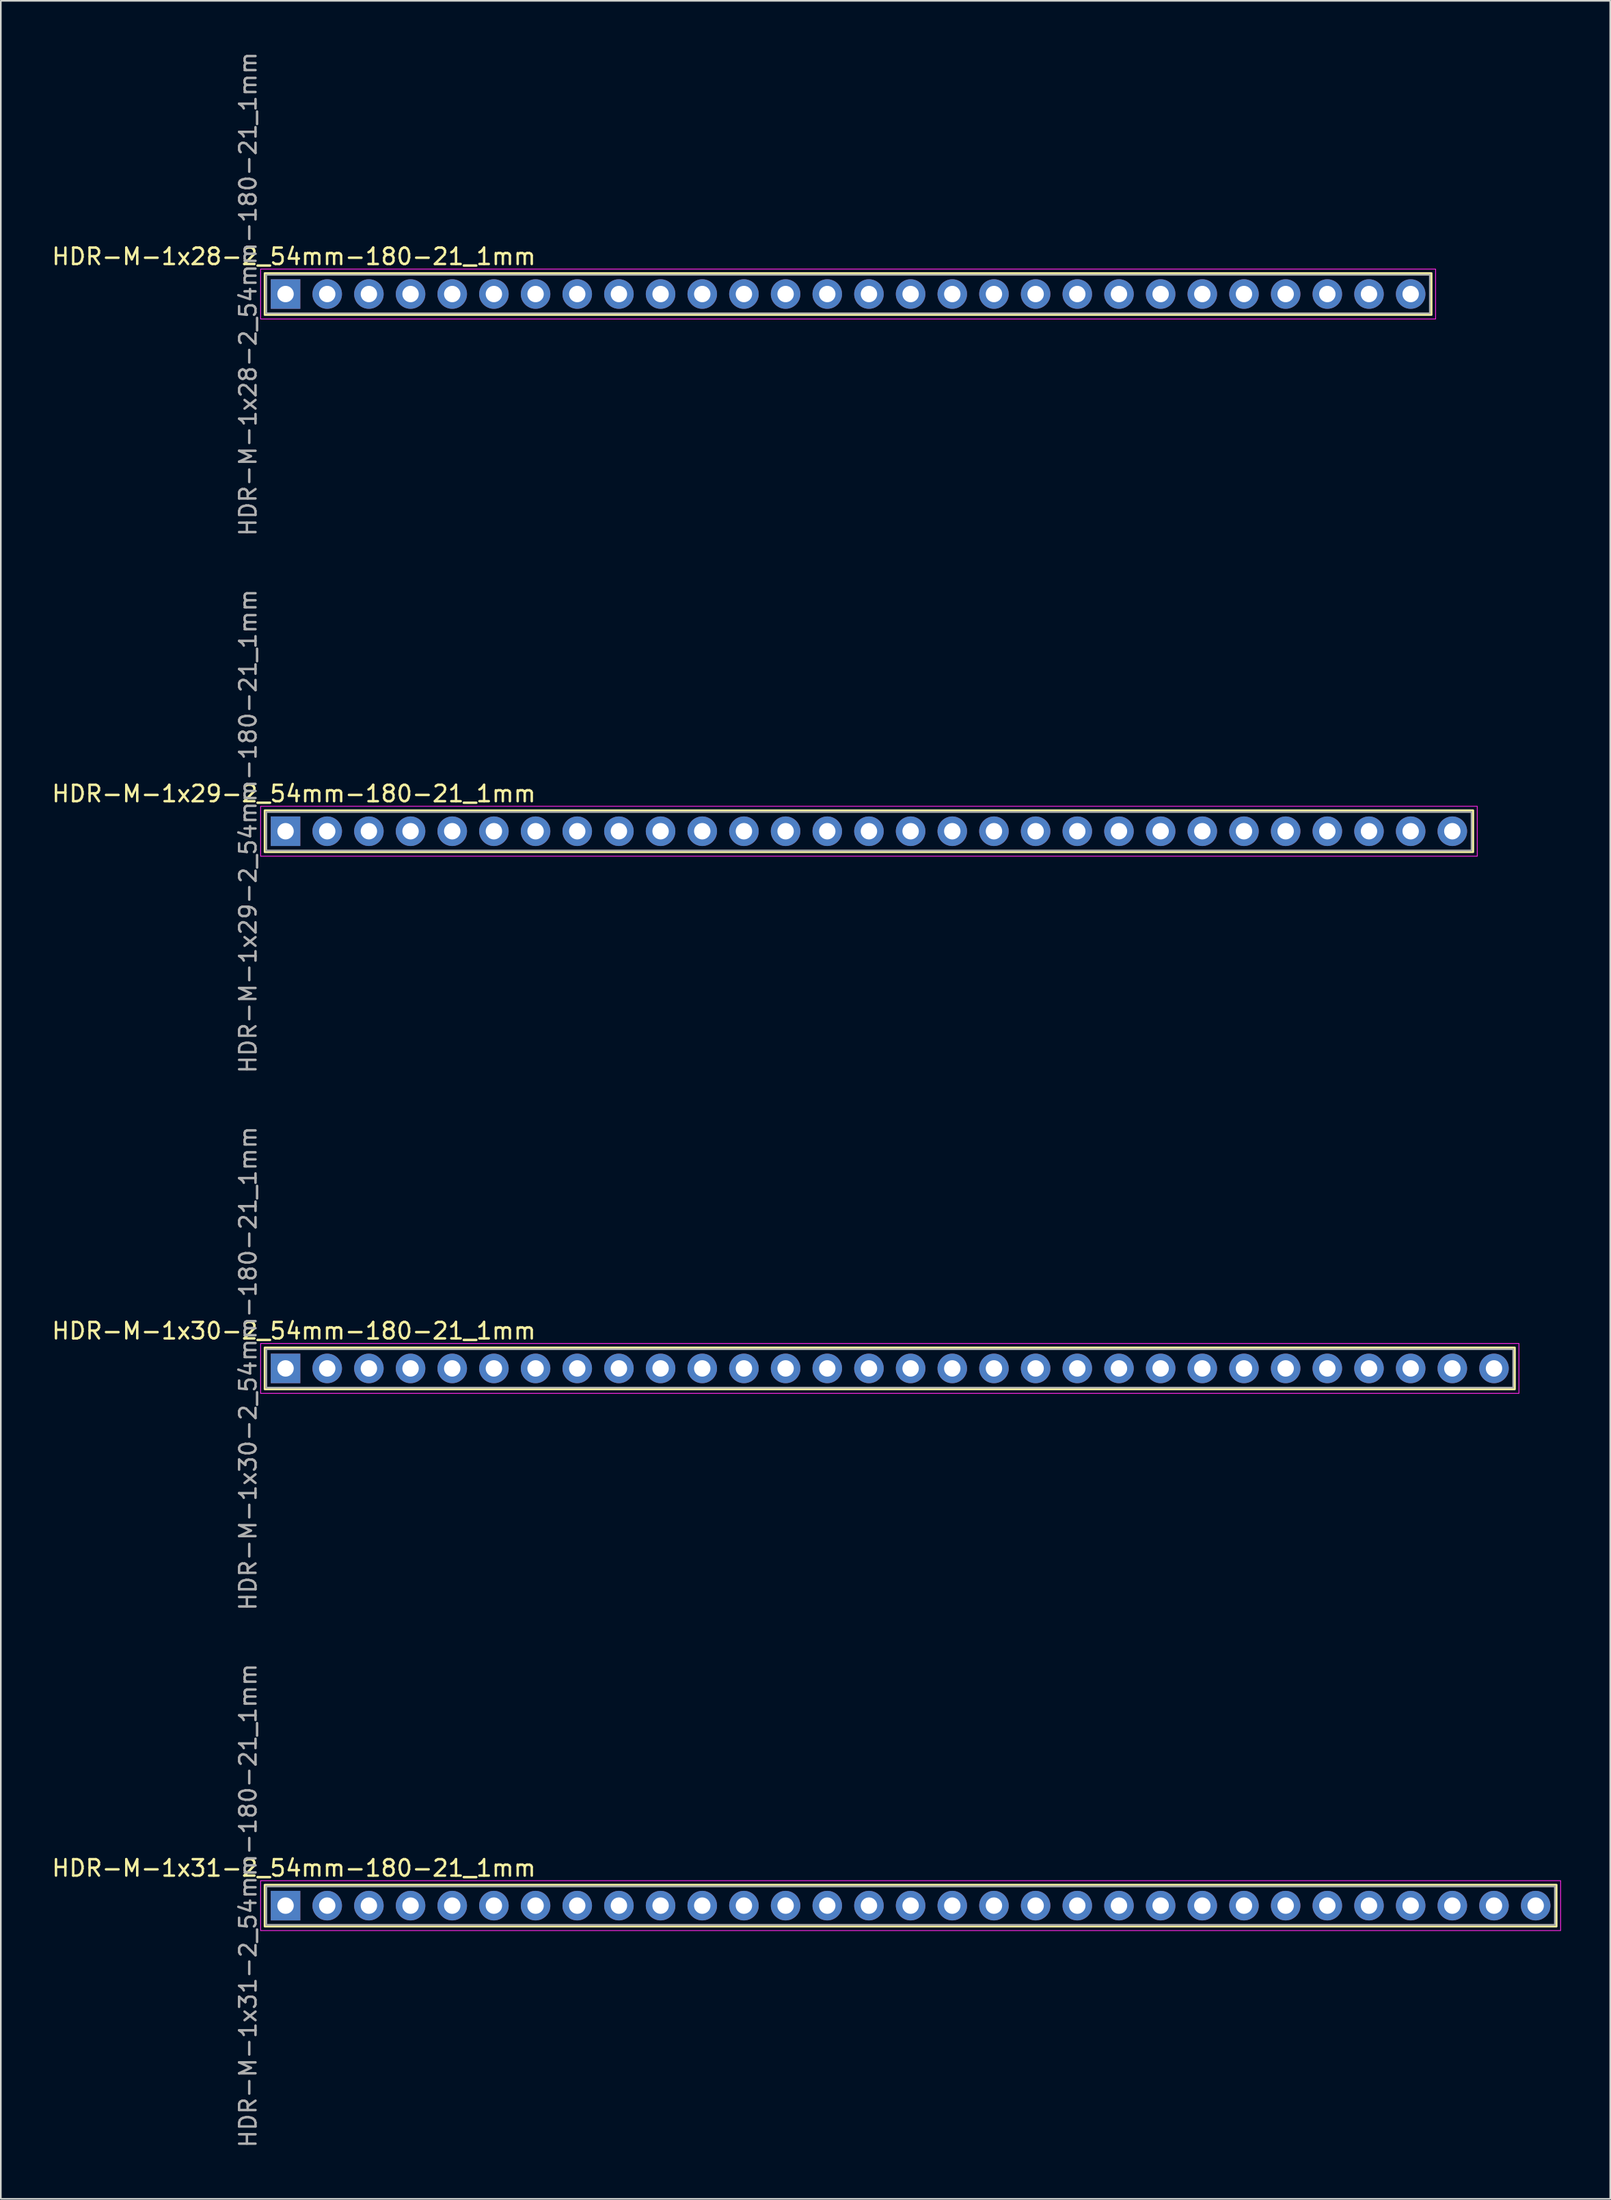
<source format=kicad_pcb>
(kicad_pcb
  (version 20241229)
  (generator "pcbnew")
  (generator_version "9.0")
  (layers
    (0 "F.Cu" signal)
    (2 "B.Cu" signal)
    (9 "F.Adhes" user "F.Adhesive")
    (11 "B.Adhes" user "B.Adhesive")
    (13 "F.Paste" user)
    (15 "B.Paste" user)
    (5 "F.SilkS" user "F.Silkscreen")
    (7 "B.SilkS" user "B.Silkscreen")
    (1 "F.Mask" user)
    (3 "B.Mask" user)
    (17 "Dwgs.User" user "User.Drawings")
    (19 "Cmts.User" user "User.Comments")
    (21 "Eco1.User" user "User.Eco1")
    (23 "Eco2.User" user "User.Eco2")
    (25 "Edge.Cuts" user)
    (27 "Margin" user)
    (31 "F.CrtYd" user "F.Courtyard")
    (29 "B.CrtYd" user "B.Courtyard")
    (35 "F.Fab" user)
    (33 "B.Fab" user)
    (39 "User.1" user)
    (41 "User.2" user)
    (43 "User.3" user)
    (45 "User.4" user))
  (footprint "HDR-M-1x29-2_54mm-180-21_1mm"
    (layer "F.Cu")
    (at 14.355 47.589)
    (property "Reference" "HDR-M-1x29-2_54mm-180-21_1mm" (at 0.508 -2.286 0) (unlocked yes) (layer "F.SilkS") (effects (font (size 1 1) (thickness 0.15))))
    (attr through_hole)
    (fp_rect (start -1.27 -1.27) (end 72.39 1.27) (stroke (width 0.12) (type solid)) (fill no) (layer "F.SilkS"))
    (fp_rect (start -1.52 -1.52) (end 72.64 1.52) (stroke (width 0.05) (type solid)) (fill no) (layer "F.CrtYd"))
    (fp_rect (start -1.17 -1.17) (end 72.29 1.17) (stroke (width 0.1) (type solid)) (fill no) (layer "F.Fab"))
    (fp_text user "${REFERENCE}" (at -2.286 0 90) (unlocked yes) (layer "F.Fab") (effects (font (size 1 1) (thickness 0.15))))
    (pad "1" thru_hole rect (at 0 0) (size 1.8 1.8) (drill 1) (layers "*.Cu" "*.Mask"))
    (pad "2" thru_hole circle (at 2.54 0) (size 1.8 1.8) (drill 1) (layers "*.Cu" "*.Mask"))
    (pad "3" thru_hole circle (at 5.08 0) (size 1.8 1.8) (drill 1) (layers "*.Cu" "*.Mask"))
    (pad "4" thru_hole circle (at 7.62 0) (size 1.8 1.8) (drill 1) (layers "*.Cu" "*.Mask"))
    (pad "5" thru_hole circle (at 10.16 0) (size 1.8 1.8) (drill 1) (layers "*.Cu" "*.Mask"))
    (pad "6" thru_hole circle (at 12.7 0) (size 1.8 1.8) (drill 1) (layers "*.Cu" "*.Mask"))
    (pad "7" thru_hole circle (at 15.24 0) (size 1.8 1.8) (drill 1) (layers "*.Cu" "*.Mask"))
    (pad "8" thru_hole circle (at 17.78 0) (size 1.8 1.8) (drill 1) (layers "*.Cu" "*.Mask"))
    (pad "9" thru_hole circle (at 20.32 0) (size 1.8 1.8) (drill 1) (layers "*.Cu" "*.Mask"))
    (pad "10" thru_hole circle (at 22.86 0) (size 1.8 1.8) (drill 1) (layers "*.Cu" "*.Mask"))
    (pad "11" thru_hole circle (at 25.4 0) (size 1.8 1.8) (drill 1) (layers "*.Cu" "*.Mask"))
    (pad "12" thru_hole circle (at 27.94 0) (size 1.8 1.8) (drill 1) (layers "*.Cu" "*.Mask"))
    (pad "13" thru_hole circle (at 30.48 0) (size 1.8 1.8) (drill 1) (layers "*.Cu" "*.Mask"))
    (pad "14" thru_hole circle (at 33.02 0) (size 1.8 1.8) (drill 1) (layers "*.Cu" "*.Mask"))
    (pad "15" thru_hole circle (at 35.56 0) (size 1.8 1.8) (drill 1) (layers "*.Cu" "*.Mask"))
    (pad "16" thru_hole circle (at 38.1 0) (size 1.8 1.8) (drill 1) (layers "*.Cu" "*.Mask"))
    (pad "17" thru_hole circle (at 40.64 0) (size 1.8 1.8) (drill 1) (layers "*.Cu" "*.Mask"))
    (pad "18" thru_hole circle (at 43.18 0) (size 1.8 1.8) (drill 1) (layers "*.Cu" "*.Mask"))
    (pad "19" thru_hole circle (at 45.72 0) (size 1.8 1.8) (drill 1) (layers "*.Cu" "*.Mask"))
    (pad "20" thru_hole circle (at 48.26 0) (size 1.8 1.8) (drill 1) (layers "*.Cu" "*.Mask"))
    (pad "21" thru_hole circle (at 50.8 0) (size 1.8 1.8) (drill 1) (layers "*.Cu" "*.Mask"))
    (pad "22" thru_hole circle (at 53.34 0) (size 1.8 1.8) (drill 1) (layers "*.Cu" "*.Mask"))
    (pad "23" thru_hole circle (at 55.88 0) (size 1.8 1.8) (drill 1) (layers "*.Cu" "*.Mask"))
    (pad "24" thru_hole circle (at 58.42 0) (size 1.8 1.8) (drill 1) (layers "*.Cu" "*.Mask"))
    (pad "25" thru_hole circle (at 60.96 0) (size 1.8 1.8) (drill 1) (layers "*.Cu" "*.Mask"))
    (pad "26" thru_hole circle (at 63.5 0) (size 1.8 1.8) (drill 1) (layers "*.Cu" "*.Mask"))
    (pad "27" thru_hole circle (at 66.04 0) (size 1.8 1.8) (drill 1) (layers "*.Cu" "*.Mask"))
    (pad "28" thru_hole circle (at 68.58 0) (size 1.8 1.8) (drill 1) (layers "*.Cu" "*.Mask"))
    (pad "29" thru_hole circle (at 71.12 0) (size 1.8 1.8) (drill 1) (layers "*.Cu" "*.Mask")))
  (footprint "HDR-M-1x31-2_54mm-180-21_1mm"
    (layer "F.Cu")
    (at 14.355 113.042)
    (property "Reference" "HDR-M-1x31-2_54mm-180-21_1mm" (at 0.508 -2.286 0) (unlocked yes) (layer "F.SilkS") (effects (font (size 1 1) (thickness 0.15))))
    (attr through_hole)
    (fp_rect (start -1.27 -1.27) (end 77.47 1.27) (stroke (width 0.12) (type solid)) (fill no) (layer "F.SilkS"))
    (fp_rect (start -1.52 -1.52) (end 77.72 1.52) (stroke (width 0.05) (type solid)) (fill no) (layer "F.CrtYd"))
    (fp_rect (start -1.17 -1.17) (end 77.37 1.17) (stroke (width 0.1) (type solid)) (fill no) (layer "F.Fab"))
    (fp_text user "${REFERENCE}" (at -2.286 0 90) (unlocked yes) (layer "F.Fab") (effects (font (size 1 1) (thickness 0.15))))
    (pad "1" thru_hole rect (at 0 0) (size 1.8 1.8) (drill 1) (layers "*.Cu" "*.Mask"))
    (pad "2" thru_hole circle (at 2.54 0) (size 1.8 1.8) (drill 1) (layers "*.Cu" "*.Mask"))
    (pad "3" thru_hole circle (at 5.08 0) (size 1.8 1.8) (drill 1) (layers "*.Cu" "*.Mask"))
    (pad "4" thru_hole circle (at 7.62 0) (size 1.8 1.8) (drill 1) (layers "*.Cu" "*.Mask"))
    (pad "5" thru_hole circle (at 10.16 0) (size 1.8 1.8) (drill 1) (layers "*.Cu" "*.Mask"))
    (pad "6" thru_hole circle (at 12.7 0) (size 1.8 1.8) (drill 1) (layers "*.Cu" "*.Mask"))
    (pad "7" thru_hole circle (at 15.24 0) (size 1.8 1.8) (drill 1) (layers "*.Cu" "*.Mask"))
    (pad "8" thru_hole circle (at 17.78 0) (size 1.8 1.8) (drill 1) (layers "*.Cu" "*.Mask"))
    (pad "9" thru_hole circle (at 20.32 0) (size 1.8 1.8) (drill 1) (layers "*.Cu" "*.Mask"))
    (pad "10" thru_hole circle (at 22.86 0) (size 1.8 1.8) (drill 1) (layers "*.Cu" "*.Mask"))
    (pad "11" thru_hole circle (at 25.4 0) (size 1.8 1.8) (drill 1) (layers "*.Cu" "*.Mask"))
    (pad "12" thru_hole circle (at 27.94 0) (size 1.8 1.8) (drill 1) (layers "*.Cu" "*.Mask"))
    (pad "13" thru_hole circle (at 30.48 0) (size 1.8 1.8) (drill 1) (layers "*.Cu" "*.Mask"))
    (pad "14" thru_hole circle (at 33.02 0) (size 1.8 1.8) (drill 1) (layers "*.Cu" "*.Mask"))
    (pad "15" thru_hole circle (at 35.56 0) (size 1.8 1.8) (drill 1) (layers "*.Cu" "*.Mask"))
    (pad "16" thru_hole circle (at 38.1 0) (size 1.8 1.8) (drill 1) (layers "*.Cu" "*.Mask"))
    (pad "17" thru_hole circle (at 40.64 0) (size 1.8 1.8) (drill 1) (layers "*.Cu" "*.Mask"))
    (pad "18" thru_hole circle (at 43.18 0) (size 1.8 1.8) (drill 1) (layers "*.Cu" "*.Mask"))
    (pad "19" thru_hole circle (at 45.72 0) (size 1.8 1.8) (drill 1) (layers "*.Cu" "*.Mask"))
    (pad "20" thru_hole circle (at 48.26 0) (size 1.8 1.8) (drill 1) (layers "*.Cu" "*.Mask"))
    (pad "21" thru_hole circle (at 50.8 0) (size 1.8 1.8) (drill 1) (layers "*.Cu" "*.Mask"))
    (pad "22" thru_hole circle (at 53.34 0) (size 1.8 1.8) (drill 1) (layers "*.Cu" "*.Mask"))
    (pad "23" thru_hole circle (at 55.88 0) (size 1.8 1.8) (drill 1) (layers "*.Cu" "*.Mask"))
    (pad "24" thru_hole circle (at 58.42 0) (size 1.8 1.8) (drill 1) (layers "*.Cu" "*.Mask"))
    (pad "25" thru_hole circle (at 60.96 0) (size 1.8 1.8) (drill 1) (layers "*.Cu" "*.Mask"))
    (pad "26" thru_hole circle (at 63.5 0) (size 1.8 1.8) (drill 1) (layers "*.Cu" "*.Mask"))
    (pad "27" thru_hole circle (at 66.04 0) (size 1.8 1.8) (drill 1) (layers "*.Cu" "*.Mask"))
    (pad "28" thru_hole circle (at 68.58 0) (size 1.8 1.8) (drill 1) (layers "*.Cu" "*.Mask"))
    (pad "29" thru_hole circle (at 71.12 0) (size 1.8 1.8) (drill 1) (layers "*.Cu" "*.Mask"))
    (pad "30" thru_hole circle (at 73.66 0) (size 1.8 1.8) (drill 1) (layers "*.Cu" "*.Mask"))
    (pad "31" thru_hole circle (at 76.2 0) (size 1.8 1.8) (drill 1) (layers "*.Cu" "*.Mask")))
  (footprint "HDR-M-1x30-2_54mm-180-21_1mm"
    (layer "F.Cu")
    (at 14.355 80.315)
    (property "Reference" "HDR-M-1x30-2_54mm-180-21_1mm" (at 0.508 -2.286 0) (unlocked yes) (layer "F.SilkS") (effects (font (size 1 1) (thickness 0.15))))
    (attr through_hole)
    (fp_rect (start -1.27 -1.27) (end 74.93 1.27) (stroke (width 0.12) (type solid)) (fill no) (layer "F.SilkS"))
    (fp_rect (start -1.52 -1.52) (end 75.18 1.52) (stroke (width 0.05) (type solid)) (fill no) (layer "F.CrtYd"))
    (fp_rect (start -1.17 -1.17) (end 74.83 1.17) (stroke (width 0.1) (type solid)) (fill no) (layer "F.Fab"))
    (fp_text user "${REFERENCE}" (at -2.286 0 90) (unlocked yes) (layer "F.Fab") (effects (font (size 1 1) (thickness 0.15))))
    (pad "1" thru_hole rect (at 0 0) (size 1.8 1.8) (drill 1) (layers "*.Cu" "*.Mask"))
    (pad "2" thru_hole circle (at 2.54 0) (size 1.8 1.8) (drill 1) (layers "*.Cu" "*.Mask"))
    (pad "3" thru_hole circle (at 5.08 0) (size 1.8 1.8) (drill 1) (layers "*.Cu" "*.Mask"))
    (pad "4" thru_hole circle (at 7.62 0) (size 1.8 1.8) (drill 1) (layers "*.Cu" "*.Mask"))
    (pad "5" thru_hole circle (at 10.16 0) (size 1.8 1.8) (drill 1) (layers "*.Cu" "*.Mask"))
    (pad "6" thru_hole circle (at 12.7 0) (size 1.8 1.8) (drill 1) (layers "*.Cu" "*.Mask"))
    (pad "7" thru_hole circle (at 15.24 0) (size 1.8 1.8) (drill 1) (layers "*.Cu" "*.Mask"))
    (pad "8" thru_hole circle (at 17.78 0) (size 1.8 1.8) (drill 1) (layers "*.Cu" "*.Mask"))
    (pad "9" thru_hole circle (at 20.32 0) (size 1.8 1.8) (drill 1) (layers "*.Cu" "*.Mask"))
    (pad "10" thru_hole circle (at 22.86 0) (size 1.8 1.8) (drill 1) (layers "*.Cu" "*.Mask"))
    (pad "11" thru_hole circle (at 25.4 0) (size 1.8 1.8) (drill 1) (layers "*.Cu" "*.Mask"))
    (pad "12" thru_hole circle (at 27.94 0) (size 1.8 1.8) (drill 1) (layers "*.Cu" "*.Mask"))
    (pad "13" thru_hole circle (at 30.48 0) (size 1.8 1.8) (drill 1) (layers "*.Cu" "*.Mask"))
    (pad "14" thru_hole circle (at 33.02 0) (size 1.8 1.8) (drill 1) (layers "*.Cu" "*.Mask"))
    (pad "15" thru_hole circle (at 35.56 0) (size 1.8 1.8) (drill 1) (layers "*.Cu" "*.Mask"))
    (pad "16" thru_hole circle (at 38.1 0) (size 1.8 1.8) (drill 1) (layers "*.Cu" "*.Mask"))
    (pad "17" thru_hole circle (at 40.64 0) (size 1.8 1.8) (drill 1) (layers "*.Cu" "*.Mask"))
    (pad "18" thru_hole circle (at 43.18 0) (size 1.8 1.8) (drill 1) (layers "*.Cu" "*.Mask"))
    (pad "19" thru_hole circle (at 45.72 0) (size 1.8 1.8) (drill 1) (layers "*.Cu" "*.Mask"))
    (pad "20" thru_hole circle (at 48.26 0) (size 1.8 1.8) (drill 1) (layers "*.Cu" "*.Mask"))
    (pad "21" thru_hole circle (at 50.8 0) (size 1.8 1.8) (drill 1) (layers "*.Cu" "*.Mask"))
    (pad "22" thru_hole circle (at 53.34 0) (size 1.8 1.8) (drill 1) (layers "*.Cu" "*.Mask"))
    (pad "23" thru_hole circle (at 55.88 0) (size 1.8 1.8) (drill 1) (layers "*.Cu" "*.Mask"))
    (pad "24" thru_hole circle (at 58.42 0) (size 1.8 1.8) (drill 1) (layers "*.Cu" "*.Mask"))
    (pad "25" thru_hole circle (at 60.96 0) (size 1.8 1.8) (drill 1) (layers "*.Cu" "*.Mask"))
    (pad "26" thru_hole circle (at 63.5 0) (size 1.8 1.8) (drill 1) (layers "*.Cu" "*.Mask"))
    (pad "27" thru_hole circle (at 66.04 0) (size 1.8 1.8) (drill 1) (layers "*.Cu" "*.Mask"))
    (pad "28" thru_hole circle (at 68.58 0) (size 1.8 1.8) (drill 1) (layers "*.Cu" "*.Mask"))
    (pad "29" thru_hole circle (at 71.12 0) (size 1.8 1.8) (drill 1) (layers "*.Cu" "*.Mask"))
    (pad "30" thru_hole circle (at 73.66 0) (size 1.8 1.8) (drill 1) (layers "*.Cu" "*.Mask")))
  (footprint "HDR-M-1x28-2_54mm-180-21_1mm"
    (layer "F.Cu")
    (at 14.355 14.863)
    (property "Reference" "HDR-M-1x28-2_54mm-180-21_1mm" (at 0.508 -2.286 0) (unlocked yes) (layer "F.SilkS") (effects (font (size 1 1) (thickness 0.15))))
    (attr through_hole)
    (fp_rect (start -1.27 -1.27) (end 69.85 1.27) (stroke (width 0.12) (type solid)) (fill no) (layer "F.SilkS"))
    (fp_rect (start -1.52 -1.52) (end 70.1 1.52) (stroke (width 0.05) (type solid)) (fill no) (layer "F.CrtYd"))
    (fp_rect (start -1.17 -1.17) (end 69.75 1.17) (stroke (width 0.1) (type solid)) (fill no) (layer "F.Fab"))
    (fp_text user "${REFERENCE}" (at -2.286 0 90) (unlocked yes) (layer "F.Fab") (effects (font (size 1 1) (thickness 0.15))))
    (pad "1" thru_hole rect (at 0 0) (size 1.8 1.8) (drill 1) (layers "*.Cu" "*.Mask"))
    (pad "2" thru_hole circle (at 2.54 0) (size 1.8 1.8) (drill 1) (layers "*.Cu" "*.Mask"))
    (pad "3" thru_hole circle (at 5.08 0) (size 1.8 1.8) (drill 1) (layers "*.Cu" "*.Mask"))
    (pad "4" thru_hole circle (at 7.62 0) (size 1.8 1.8) (drill 1) (layers "*.Cu" "*.Mask"))
    (pad "5" thru_hole circle (at 10.16 0) (size 1.8 1.8) (drill 1) (layers "*.Cu" "*.Mask"))
    (pad "6" thru_hole circle (at 12.7 0) (size 1.8 1.8) (drill 1) (layers "*.Cu" "*.Mask"))
    (pad "7" thru_hole circle (at 15.24 0) (size 1.8 1.8) (drill 1) (layers "*.Cu" "*.Mask"))
    (pad "8" thru_hole circle (at 17.78 0) (size 1.8 1.8) (drill 1) (layers "*.Cu" "*.Mask"))
    (pad "9" thru_hole circle (at 20.32 0) (size 1.8 1.8) (drill 1) (layers "*.Cu" "*.Mask"))
    (pad "10" thru_hole circle (at 22.86 0) (size 1.8 1.8) (drill 1) (layers "*.Cu" "*.Mask"))
    (pad "11" thru_hole circle (at 25.4 0) (size 1.8 1.8) (drill 1) (layers "*.Cu" "*.Mask"))
    (pad "12" thru_hole circle (at 27.94 0) (size 1.8 1.8) (drill 1) (layers "*.Cu" "*.Mask"))
    (pad "13" thru_hole circle (at 30.48 0) (size 1.8 1.8) (drill 1) (layers "*.Cu" "*.Mask"))
    (pad "14" thru_hole circle (at 33.02 0) (size 1.8 1.8) (drill 1) (layers "*.Cu" "*.Mask"))
    (pad "15" thru_hole circle (at 35.56 0) (size 1.8 1.8) (drill 1) (layers "*.Cu" "*.Mask"))
    (pad "16" thru_hole circle (at 38.1 0) (size 1.8 1.8) (drill 1) (layers "*.Cu" "*.Mask"))
    (pad "17" thru_hole circle (at 40.64 0) (size 1.8 1.8) (drill 1) (layers "*.Cu" "*.Mask"))
    (pad "18" thru_hole circle (at 43.18 0) (size 1.8 1.8) (drill 1) (layers "*.Cu" "*.Mask"))
    (pad "19" thru_hole circle (at 45.72 0) (size 1.8 1.8) (drill 1) (layers "*.Cu" "*.Mask"))
    (pad "20" thru_hole circle (at 48.26 0) (size 1.8 1.8) (drill 1) (layers "*.Cu" "*.Mask"))
    (pad "21" thru_hole circle (at 50.8 0) (size 1.8 1.8) (drill 1) (layers "*.Cu" "*.Mask"))
    (pad "22" thru_hole circle (at 53.34 0) (size 1.8 1.8) (drill 1) (layers "*.Cu" "*.Mask"))
    (pad "23" thru_hole circle (at 55.88 0) (size 1.8 1.8) (drill 1) (layers "*.Cu" "*.Mask"))
    (pad "24" thru_hole circle (at 58.42 0) (size 1.8 1.8) (drill 1) (layers "*.Cu" "*.Mask"))
    (pad "25" thru_hole circle (at 60.96 0) (size 1.8 1.8) (drill 1) (layers "*.Cu" "*.Mask"))
    (pad "26" thru_hole circle (at 63.5 0) (size 1.8 1.8) (drill 1) (layers "*.Cu" "*.Mask"))
    (pad "27" thru_hole circle (at 66.04 0) (size 1.8 1.8) (drill 1) (layers "*.Cu" "*.Mask"))
    (pad "28" thru_hole circle (at 68.58 0) (size 1.8 1.8) (drill 1) (layers "*.Cu" "*.Mask")))
  (gr_rect
    (start -3 -3)
    (end 95.1 130.905)
    (stroke (width 0.1) (type default))
    (fill no)
    (layer "Edge.Cuts")))
</source>
